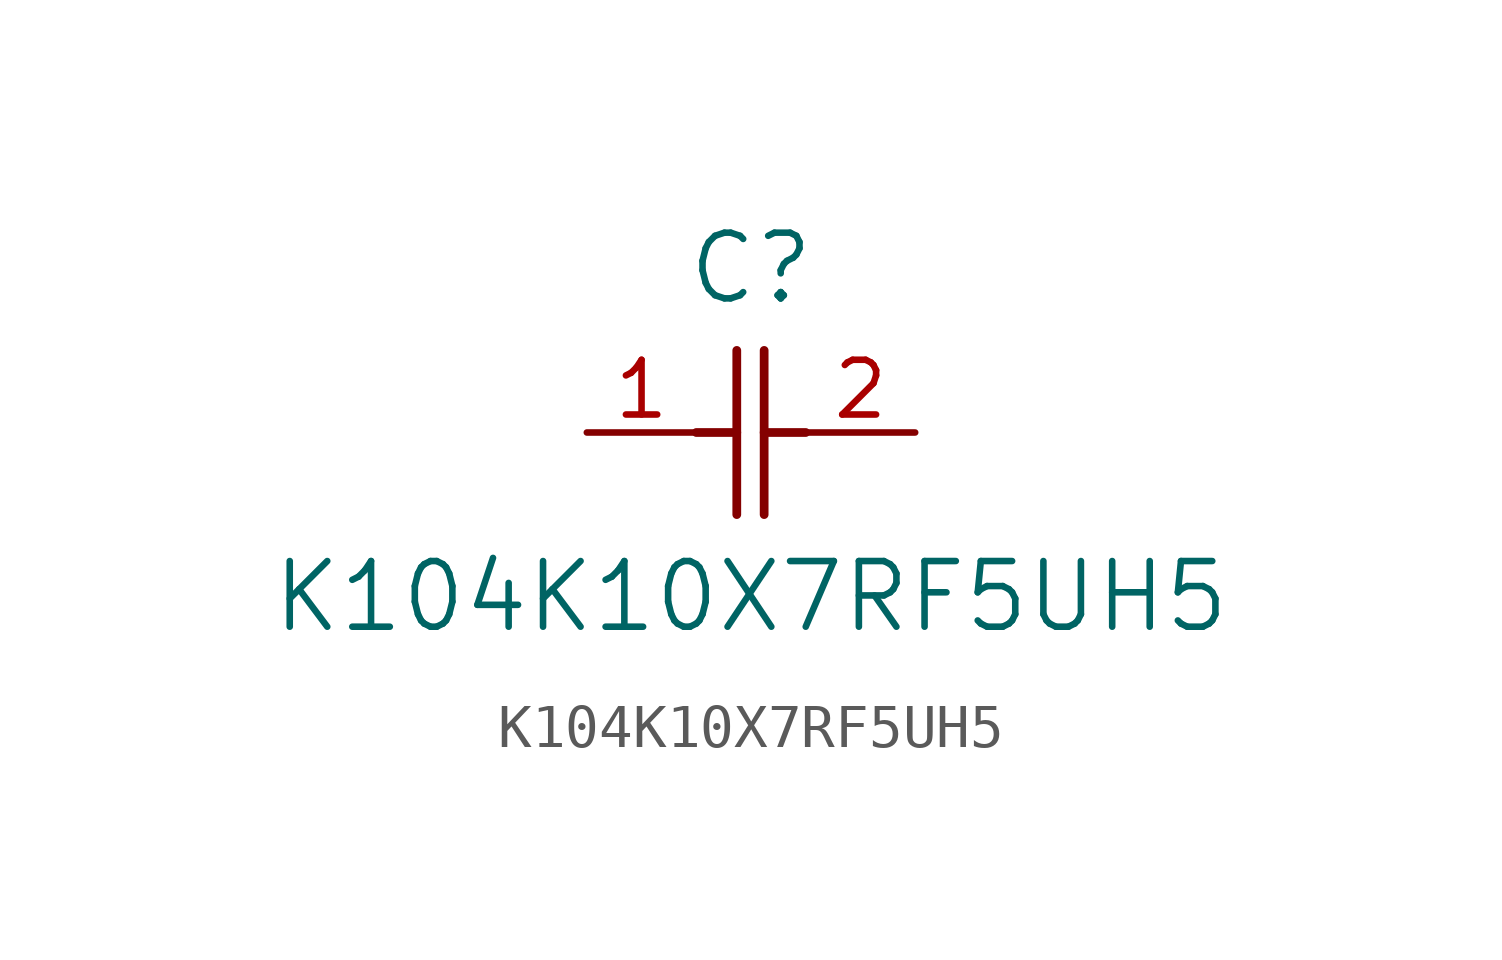
<source format=kicad_sym>
(kicad_symbol_lib
  (version 20211014)
  (generator kicad_symbol_editor)
  (symbol "K104K10X7RF5UH5"
    (pin_names
      (offset 0.254))
    (property "Reference" "C"
      (at 3.81 3.81 0)
      (effects (font (size 1.524 1.524))))
    (property "Value" "K104K10X7RF5UH5"
      (at 3.81 -3.81 0)
      (effects (font (size 1.524 1.524))))
    (symbol "K104K10X7RF5UH5_0_1"
      (polyline (pts (xy 3.48 -1.905) (xy 3.48 1.905)) (stroke (width 0.203) (type default) (color 0 0 0 0)) (fill (type none)))
      (polyline (pts (xy 4.115 -1.905) (xy 4.115 1.905)) (stroke (width 0.203) (type default) (color 0 0 0 0)) (fill (type none)))
      (polyline (pts (xy 4.115 0) (xy 5.08 0)) (stroke (width 0.203) (type default) (color 0 0 0 0)) (fill (type none)))
      (polyline (pts (xy 2.54 0) (xy 3.48 0)) (stroke (width 0.203) (type default) (color 0 0 0 0)) (fill (type none)))
      (pin unspecified line (at 0 0 0) (length 2.54) (name "" (effects (font (size 1.27 1.27)))) (number "1" (effects (font (size 1.27 1.27)))))
      (pin unspecified line (at 7.62 0 180) (length 2.54) (name "" (effects (font (size 1.27 1.27)))) (number "2" (effects (font (size 1.27 1.27))))))))
</source>
